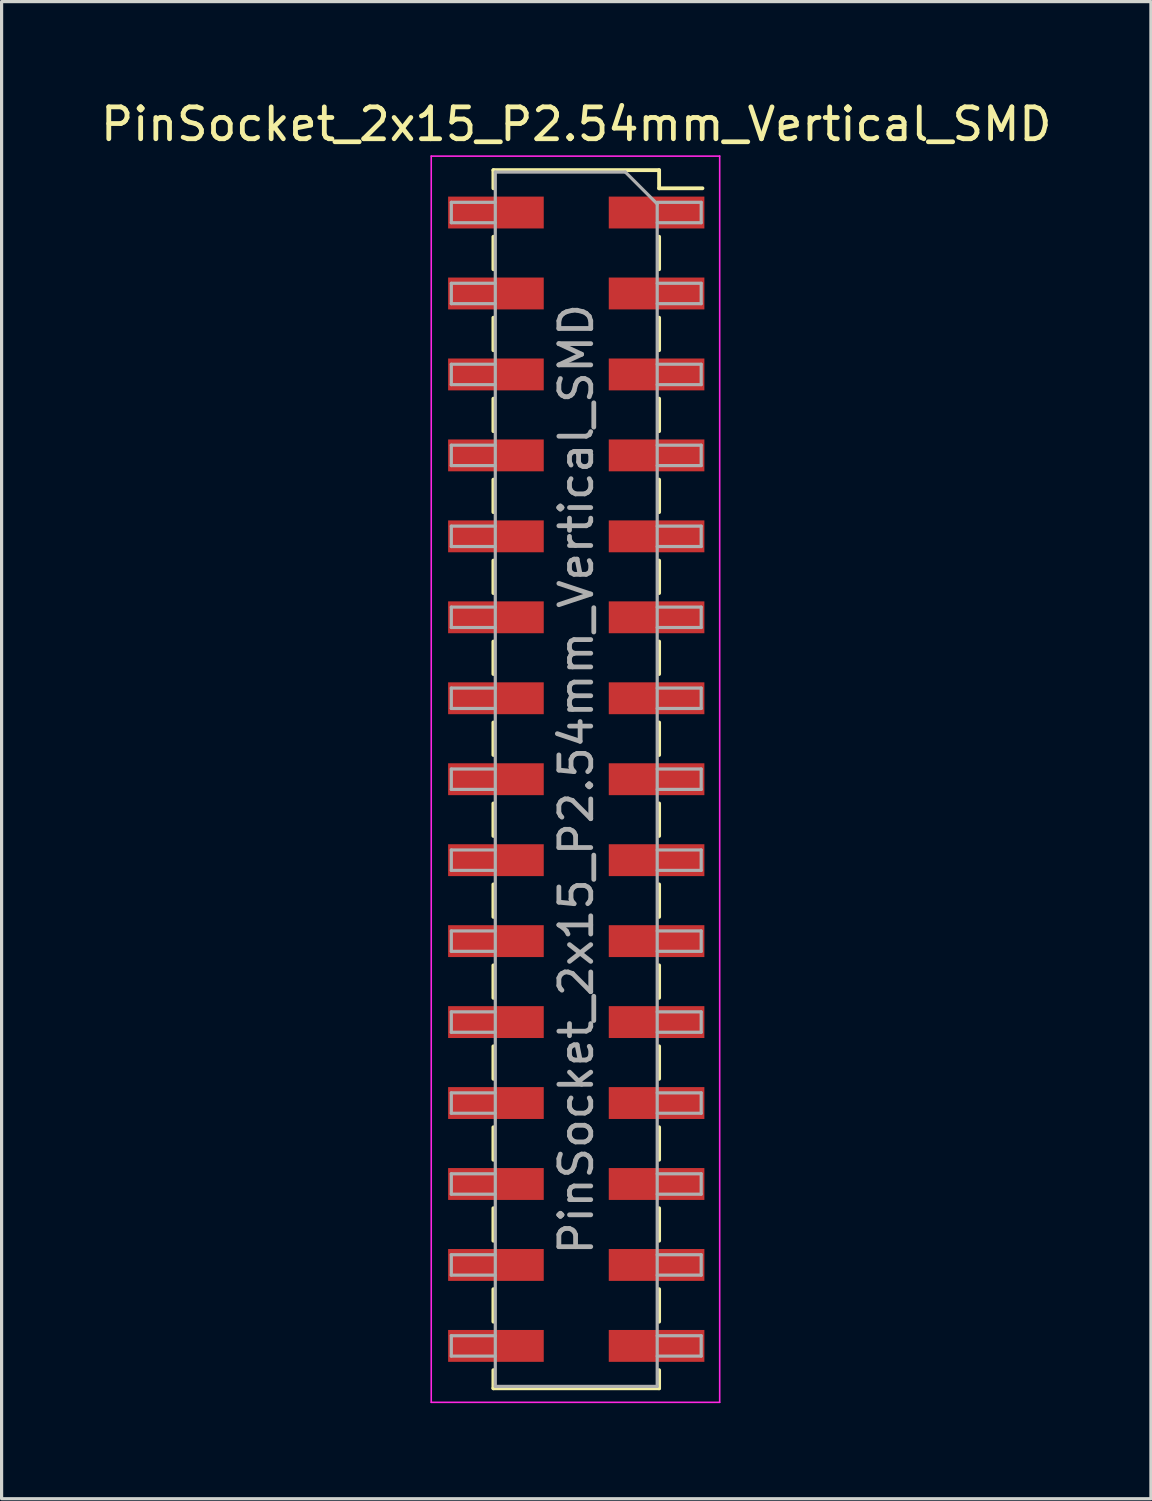
<source format=kicad_pcb>
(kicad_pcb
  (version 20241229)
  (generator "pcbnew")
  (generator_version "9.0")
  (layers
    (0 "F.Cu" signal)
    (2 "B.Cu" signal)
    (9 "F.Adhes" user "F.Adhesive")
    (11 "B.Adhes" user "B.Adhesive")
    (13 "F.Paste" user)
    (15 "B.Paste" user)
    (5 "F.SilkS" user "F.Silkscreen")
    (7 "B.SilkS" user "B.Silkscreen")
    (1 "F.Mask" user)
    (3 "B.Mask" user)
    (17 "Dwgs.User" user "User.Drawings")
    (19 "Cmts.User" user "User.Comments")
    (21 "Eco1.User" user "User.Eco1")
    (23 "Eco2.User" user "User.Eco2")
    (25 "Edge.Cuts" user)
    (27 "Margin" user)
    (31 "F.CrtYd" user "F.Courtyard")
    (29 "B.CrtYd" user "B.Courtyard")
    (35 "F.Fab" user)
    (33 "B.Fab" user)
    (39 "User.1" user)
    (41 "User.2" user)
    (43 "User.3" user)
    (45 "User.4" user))
  (footprint "PinSocket_2x15_P2.54mm_Vertical_SMD"
    (layer "F.Cu")
    (at 15.03 21.398)
    (property "Reference" "PinSocket_2x15_P2.54mm_Vertical_SMD" (at 0 -20.55 0) (layer "F.SilkS") (effects (font (size 1 1) (thickness 0.15))))
    (attr smd)
    (fp_line (start -2.6 -19.11) (end -2.6 -18.54) (stroke (width 0.12) (type solid)) (layer "F.SilkS"))
    (fp_line (start -2.6 -19.11) (end 2.6 -19.11) (stroke (width 0.12) (type solid)) (layer "F.SilkS"))
    (fp_line (start -2.6 -17.02) (end -2.6 -16) (stroke (width 0.12) (type solid)) (layer "F.SilkS"))
    (fp_line (start -2.6 -14.48) (end -2.6 -13.46) (stroke (width 0.12) (type solid)) (layer "F.SilkS"))
    (fp_line (start -2.6 -11.94) (end -2.6 -10.92) (stroke (width 0.12) (type solid)) (layer "F.SilkS"))
    (fp_line (start -2.6 -9.4) (end -2.6 -8.38) (stroke (width 0.12) (type solid)) (layer "F.SilkS"))
    (fp_line (start -2.6 -6.86) (end -2.6 -5.84) (stroke (width 0.12) (type solid)) (layer "F.SilkS"))
    (fp_line (start -2.6 -4.32) (end -2.6 -3.3) (stroke (width 0.12) (type solid)) (layer "F.SilkS"))
    (fp_line (start -2.6 -1.78) (end -2.6 -0.76) (stroke (width 0.12) (type solid)) (layer "F.SilkS"))
    (fp_line (start -2.6 0.76) (end -2.6 1.78) (stroke (width 0.12) (type solid)) (layer "F.SilkS"))
    (fp_line (start -2.6 3.3) (end -2.6 4.32) (stroke (width 0.12) (type solid)) (layer "F.SilkS"))
    (fp_line (start -2.6 5.84) (end -2.6 6.86) (stroke (width 0.12) (type solid)) (layer "F.SilkS"))
    (fp_line (start -2.6 8.38) (end -2.6 9.4) (stroke (width 0.12) (type solid)) (layer "F.SilkS"))
    (fp_line (start -2.6 10.92) (end -2.6 11.94) (stroke (width 0.12) (type solid)) (layer "F.SilkS"))
    (fp_line (start -2.6 13.46) (end -2.6 14.48) (stroke (width 0.12) (type solid)) (layer "F.SilkS"))
    (fp_line (start -2.6 16) (end -2.6 17.02) (stroke (width 0.12) (type solid)) (layer "F.SilkS"))
    (fp_line (start -2.6 18.54) (end -2.6 19.11) (stroke (width 0.12) (type solid)) (layer "F.SilkS"))
    (fp_line (start -2.6 19.11) (end 2.6 19.11) (stroke (width 0.12) (type solid)) (layer "F.SilkS"))
    (fp_line (start 2.6 -19.11) (end 2.6 -18.54) (stroke (width 0.12) (type solid)) (layer "F.SilkS"))
    (fp_line (start 2.6 -18.54) (end 3.96 -18.54) (stroke (width 0.12) (type solid)) (layer "F.SilkS"))
    (fp_line (start 2.6 -17.02) (end 2.6 -16) (stroke (width 0.12) (type solid)) (layer "F.SilkS"))
    (fp_line (start 2.6 -14.48) (end 2.6 -13.46) (stroke (width 0.12) (type solid)) (layer "F.SilkS"))
    (fp_line (start 2.6 -11.94) (end 2.6 -10.92) (stroke (width 0.12) (type solid)) (layer "F.SilkS"))
    (fp_line (start 2.6 -9.4) (end 2.6 -8.38) (stroke (width 0.12) (type solid)) (layer "F.SilkS"))
    (fp_line (start 2.6 -6.86) (end 2.6 -5.84) (stroke (width 0.12) (type solid)) (layer "F.SilkS"))
    (fp_line (start 2.6 -4.32) (end 2.6 -3.3) (stroke (width 0.12) (type solid)) (layer "F.SilkS"))
    (fp_line (start 2.6 -1.78) (end 2.6 -0.76) (stroke (width 0.12) (type solid)) (layer "F.SilkS"))
    (fp_line (start 2.6 0.76) (end 2.6 1.78) (stroke (width 0.12) (type solid)) (layer "F.SilkS"))
    (fp_line (start 2.6 3.3) (end 2.6 4.32) (stroke (width 0.12) (type solid)) (layer "F.SilkS"))
    (fp_line (start 2.6 5.84) (end 2.6 6.86) (stroke (width 0.12) (type solid)) (layer "F.SilkS"))
    (fp_line (start 2.6 8.38) (end 2.6 9.4) (stroke (width 0.12) (type solid)) (layer "F.SilkS"))
    (fp_line (start 2.6 10.92) (end 2.6 11.94) (stroke (width 0.12) (type solid)) (layer "F.SilkS"))
    (fp_line (start 2.6 13.46) (end 2.6 14.48) (stroke (width 0.12) (type solid)) (layer "F.SilkS"))
    (fp_line (start 2.6 16) (end 2.6 17.02) (stroke (width 0.12) (type solid)) (layer "F.SilkS"))
    (fp_line (start 2.6 18.54) (end 2.6 19.11) (stroke (width 0.12) (type solid)) (layer "F.SilkS"))
    (fp_line (start -4.55 -19.55) (end 4.5 -19.55) (stroke (width 0.05) (type solid)) (layer "F.CrtYd"))
    (fp_line (start -4.55 19.55) (end -4.55 -19.55) (stroke (width 0.05) (type solid)) (layer "F.CrtYd"))
    (fp_line (start 4.5 -19.55) (end 4.5 19.55) (stroke (width 0.05) (type solid)) (layer "F.CrtYd"))
    (fp_line (start 4.5 19.55) (end -4.55 19.55) (stroke (width 0.05) (type solid)) (layer "F.CrtYd"))
    (fp_line (start -3.92 -18.1) (end -2.54 -18.1) (stroke (width 0.1) (type solid)) (layer "F.Fab"))
    (fp_line (start -3.92 -17.46) (end -3.92 -18.1) (stroke (width 0.1) (type solid)) (layer "F.Fab"))
    (fp_line (start -3.92 -15.56) (end -2.54 -15.56) (stroke (width 0.1) (type solid)) (layer "F.Fab"))
    (fp_line (start -3.92 -14.92) (end -3.92 -15.56) (stroke (width 0.1) (type solid)) (layer "F.Fab"))
    (fp_line (start -3.92 -13.02) (end -2.54 -13.02) (stroke (width 0.1) (type solid)) (layer "F.Fab"))
    (fp_line (start -3.92 -12.38) (end -3.92 -13.02) (stroke (width 0.1) (type solid)) (layer "F.Fab"))
    (fp_line (start -3.92 -10.48) (end -2.54 -10.48) (stroke (width 0.1) (type solid)) (layer "F.Fab"))
    (fp_line (start -3.92 -9.84) (end -3.92 -10.48) (stroke (width 0.1) (type solid)) (layer "F.Fab"))
    (fp_line (start -3.92 -7.94) (end -2.54 -7.94) (stroke (width 0.1) (type solid)) (layer "F.Fab"))
    (fp_line (start -3.92 -7.3) (end -3.92 -7.94) (stroke (width 0.1) (type solid)) (layer "F.Fab"))
    (fp_line (start -3.92 -5.4) (end -2.54 -5.4) (stroke (width 0.1) (type solid)) (layer "F.Fab"))
    (fp_line (start -3.92 -4.76) (end -3.92 -5.4) (stroke (width 0.1) (type solid)) (layer "F.Fab"))
    (fp_line (start -3.92 -2.86) (end -2.54 -2.86) (stroke (width 0.1) (type solid)) (layer "F.Fab"))
    (fp_line (start -3.92 -2.22) (end -3.92 -2.86) (stroke (width 0.1) (type solid)) (layer "F.Fab"))
    (fp_line (start -3.92 -0.32) (end -2.54 -0.32) (stroke (width 0.1) (type solid)) (layer "F.Fab"))
    (fp_line (start -3.92 0.32) (end -3.92 -0.32) (stroke (width 0.1) (type solid)) (layer "F.Fab"))
    (fp_line (start -3.92 2.22) (end -2.54 2.22) (stroke (width 0.1) (type solid)) (layer "F.Fab"))
    (fp_line (start -3.92 2.86) (end -3.92 2.22) (stroke (width 0.1) (type solid)) (layer "F.Fab"))
    (fp_line (start -3.92 4.76) (end -2.54 4.76) (stroke (width 0.1) (type solid)) (layer "F.Fab"))
    (fp_line (start -3.92 5.4) (end -3.92 4.76) (stroke (width 0.1) (type solid)) (layer "F.Fab"))
    (fp_line (start -3.92 7.3) (end -2.54 7.3) (stroke (width 0.1) (type solid)) (layer "F.Fab"))
    (fp_line (start -3.92 7.94) (end -3.92 7.3) (stroke (width 0.1) (type solid)) (layer "F.Fab"))
    (fp_line (start -3.92 9.84) (end -2.54 9.84) (stroke (width 0.1) (type solid)) (layer "F.Fab"))
    (fp_line (start -3.92 10.48) (end -3.92 9.84) (stroke (width 0.1) (type solid)) (layer "F.Fab"))
    (fp_line (start -3.92 12.38) (end -2.54 12.38) (stroke (width 0.1) (type solid)) (layer "F.Fab"))
    (fp_line (start -3.92 13.02) (end -3.92 12.38) (stroke (width 0.1) (type solid)) (layer "F.Fab"))
    (fp_line (start -3.92 14.92) (end -2.54 14.92) (stroke (width 0.1) (type solid)) (layer "F.Fab"))
    (fp_line (start -3.92 15.56) (end -3.92 14.92) (stroke (width 0.1) (type solid)) (layer "F.Fab"))
    (fp_line (start -3.92 17.46) (end -2.54 17.46) (stroke (width 0.1) (type solid)) (layer "F.Fab"))
    (fp_line (start -3.92 18.1) (end -3.92 17.46) (stroke (width 0.1) (type solid)) (layer "F.Fab"))
    (fp_line (start -2.54 -19.05) (end 1.54 -19.05) (stroke (width 0.1) (type solid)) (layer "F.Fab"))
    (fp_line (start -2.54 -17.46) (end -3.92 -17.46) (stroke (width 0.1) (type solid)) (layer "F.Fab"))
    (fp_line (start -2.54 -14.92) (end -3.92 -14.92) (stroke (width 0.1) (type solid)) (layer "F.Fab"))
    (fp_line (start -2.54 -12.38) (end -3.92 -12.38) (stroke (width 0.1) (type solid)) (layer "F.Fab"))
    (fp_line (start -2.54 -9.84) (end -3.92 -9.84) (stroke (width 0.1) (type solid)) (layer "F.Fab"))
    (fp_line (start -2.54 -7.3) (end -3.92 -7.3) (stroke (width 0.1) (type solid)) (layer "F.Fab"))
    (fp_line (start -2.54 -4.76) (end -3.92 -4.76) (stroke (width 0.1) (type solid)) (layer "F.Fab"))
    (fp_line (start -2.54 -2.22) (end -3.92 -2.22) (stroke (width 0.1) (type solid)) (layer "F.Fab"))
    (fp_line (start -2.54 0.32) (end -3.92 0.32) (stroke (width 0.1) (type solid)) (layer "F.Fab"))
    (fp_line (start -2.54 2.86) (end -3.92 2.86) (stroke (width 0.1) (type solid)) (layer "F.Fab"))
    (fp_line (start -2.54 5.4) (end -3.92 5.4) (stroke (width 0.1) (type solid)) (layer "F.Fab"))
    (fp_line (start -2.54 7.94) (end -3.92 7.94) (stroke (width 0.1) (type solid)) (layer "F.Fab"))
    (fp_line (start -2.54 10.48) (end -3.92 10.48) (stroke (width 0.1) (type solid)) (layer "F.Fab"))
    (fp_line (start -2.54 13.02) (end -3.92 13.02) (stroke (width 0.1) (type solid)) (layer "F.Fab"))
    (fp_line (start -2.54 15.56) (end -3.92 15.56) (stroke (width 0.1) (type solid)) (layer "F.Fab"))
    (fp_line (start -2.54 18.1) (end -3.92 18.1) (stroke (width 0.1) (type solid)) (layer "F.Fab"))
    (fp_line (start -2.54 19.05) (end -2.54 -19.05) (stroke (width 0.1) (type solid)) (layer "F.Fab"))
    (fp_line (start 1.54 -19.05) (end 2.54 -18.05) (stroke (width 0.1) (type solid)) (layer "F.Fab"))
    (fp_line (start 2.54 -18.1) (end 3.92 -18.1) (stroke (width 0.1) (type solid)) (layer "F.Fab"))
    (fp_line (start 2.54 -18.05) (end 2.54 19.05) (stroke (width 0.1) (type solid)) (layer "F.Fab"))
    (fp_line (start 2.54 -15.56) (end 3.92 -15.56) (stroke (width 0.1) (type solid)) (layer "F.Fab"))
    (fp_line (start 2.54 -13.02) (end 3.92 -13.02) (stroke (width 0.1) (type solid)) (layer "F.Fab"))
    (fp_line (start 2.54 -10.48) (end 3.92 -10.48) (stroke (width 0.1) (type solid)) (layer "F.Fab"))
    (fp_line (start 2.54 -7.94) (end 3.92 -7.94) (stroke (width 0.1) (type solid)) (layer "F.Fab"))
    (fp_line (start 2.54 -5.4) (end 3.92 -5.4) (stroke (width 0.1) (type solid)) (layer "F.Fab"))
    (fp_line (start 2.54 -2.86) (end 3.92 -2.86) (stroke (width 0.1) (type solid)) (layer "F.Fab"))
    (fp_line (start 2.54 -0.32) (end 3.92 -0.32) (stroke (width 0.1) (type solid)) (layer "F.Fab"))
    (fp_line (start 2.54 2.22) (end 3.92 2.22) (stroke (width 0.1) (type solid)) (layer "F.Fab"))
    (fp_line (start 2.54 4.76) (end 3.92 4.76) (stroke (width 0.1) (type solid)) (layer "F.Fab"))
    (fp_line (start 2.54 7.3) (end 3.92 7.3) (stroke (width 0.1) (type solid)) (layer "F.Fab"))
    (fp_line (start 2.54 9.84) (end 3.92 9.84) (stroke (width 0.1) (type solid)) (layer "F.Fab"))
    (fp_line (start 2.54 12.38) (end 3.92 12.38) (stroke (width 0.1) (type solid)) (layer "F.Fab"))
    (fp_line (start 2.54 14.92) (end 3.92 14.92) (stroke (width 0.1) (type solid)) (layer "F.Fab"))
    (fp_line (start 2.54 17.46) (end 3.92 17.46) (stroke (width 0.1) (type solid)) (layer "F.Fab"))
    (fp_line (start 2.54 19.05) (end -2.54 19.05) (stroke (width 0.1) (type solid)) (layer "F.Fab"))
    (fp_line (start 3.92 -18.1) (end 3.92 -17.46) (stroke (width 0.1) (type solid)) (layer "F.Fab"))
    (fp_line (start 3.92 -17.46) (end 2.54 -17.46) (stroke (width 0.1) (type solid)) (layer "F.Fab"))
    (fp_line (start 3.92 -15.56) (end 3.92 -14.92) (stroke (width 0.1) (type solid)) (layer "F.Fab"))
    (fp_line (start 3.92 -14.92) (end 2.54 -14.92) (stroke (width 0.1) (type solid)) (layer "F.Fab"))
    (fp_line (start 3.92 -13.02) (end 3.92 -12.38) (stroke (width 0.1) (type solid)) (layer "F.Fab"))
    (fp_line (start 3.92 -12.38) (end 2.54 -12.38) (stroke (width 0.1) (type solid)) (layer "F.Fab"))
    (fp_line (start 3.92 -10.48) (end 3.92 -9.84) (stroke (width 0.1) (type solid)) (layer "F.Fab"))
    (fp_line (start 3.92 -9.84) (end 2.54 -9.84) (stroke (width 0.1) (type solid)) (layer "F.Fab"))
    (fp_line (start 3.92 -7.94) (end 3.92 -7.3) (stroke (width 0.1) (type solid)) (layer "F.Fab"))
    (fp_line (start 3.92 -7.3) (end 2.54 -7.3) (stroke (width 0.1) (type solid)) (layer "F.Fab"))
    (fp_line (start 3.92 -5.4) (end 3.92 -4.76) (stroke (width 0.1) (type solid)) (layer "F.Fab"))
    (fp_line (start 3.92 -4.76) (end 2.54 -4.76) (stroke (width 0.1) (type solid)) (layer "F.Fab"))
    (fp_line (start 3.92 -2.86) (end 3.92 -2.22) (stroke (width 0.1) (type solid)) (layer "F.Fab"))
    (fp_line (start 3.92 -2.22) (end 2.54 -2.22) (stroke (width 0.1) (type solid)) (layer "F.Fab"))
    (fp_line (start 3.92 -0.32) (end 3.92 0.32) (stroke (width 0.1) (type solid)) (layer "F.Fab"))
    (fp_line (start 3.92 0.32) (end 2.54 0.32) (stroke (width 0.1) (type solid)) (layer "F.Fab"))
    (fp_line (start 3.92 2.22) (end 3.92 2.86) (stroke (width 0.1) (type solid)) (layer "F.Fab"))
    (fp_line (start 3.92 2.86) (end 2.54 2.86) (stroke (width 0.1) (type solid)) (layer "F.Fab"))
    (fp_line (start 3.92 4.76) (end 3.92 5.4) (stroke (width 0.1) (type solid)) (layer "F.Fab"))
    (fp_line (start 3.92 5.4) (end 2.54 5.4) (stroke (width 0.1) (type solid)) (layer "F.Fab"))
    (fp_line (start 3.92 7.3) (end 3.92 7.94) (stroke (width 0.1) (type solid)) (layer "F.Fab"))
    (fp_line (start 3.92 7.94) (end 2.54 7.94) (stroke (width 0.1) (type solid)) (layer "F.Fab"))
    (fp_line (start 3.92 9.84) (end 3.92 10.48) (stroke (width 0.1) (type solid)) (layer "F.Fab"))
    (fp_line (start 3.92 10.48) (end 2.54 10.48) (stroke (width 0.1) (type solid)) (layer "F.Fab"))
    (fp_line (start 3.92 12.38) (end 3.92 13.02) (stroke (width 0.1) (type solid)) (layer "F.Fab"))
    (fp_line (start 3.92 13.02) (end 2.54 13.02) (stroke (width 0.1) (type solid)) (layer "F.Fab"))
    (fp_line (start 3.92 14.92) (end 3.92 15.56) (stroke (width 0.1) (type solid)) (layer "F.Fab"))
    (fp_line (start 3.92 15.56) (end 2.54 15.56) (stroke (width 0.1) (type solid)) (layer "F.Fab"))
    (fp_line (start 3.92 17.46) (end 3.92 18.1) (stroke (width 0.1) (type solid)) (layer "F.Fab"))
    (fp_line (start 3.92 18.1) (end 2.54 18.1) (stroke (width 0.1) (type solid)) (layer "F.Fab"))
    (fp_text user "${REFERENCE}" (at 0 0 270) (layer "F.Fab") (effects (font (size 1 1) (thickness 0.15))))
    (pad "1" smd rect (at 2.52 -17.78) (size 3 1) (layers "F.Cu" "F.Mask" "F.Paste"))
    (pad "2" smd rect (at -2.52 -17.78) (size 3 1) (layers "F.Cu" "F.Mask" "F.Paste"))
    (pad "3" smd rect (at 2.52 -15.24) (size 3 1) (layers "F.Cu" "F.Mask" "F.Paste"))
    (pad "4" smd rect (at -2.52 -15.24) (size 3 1) (layers "F.Cu" "F.Mask" "F.Paste"))
    (pad "5" smd rect (at 2.52 -12.7) (size 3 1) (layers "F.Cu" "F.Mask" "F.Paste"))
    (pad "6" smd rect (at -2.52 -12.7) (size 3 1) (layers "F.Cu" "F.Mask" "F.Paste"))
    (pad "7" smd rect (at 2.52 -10.16) (size 3 1) (layers "F.Cu" "F.Mask" "F.Paste"))
    (pad "8" smd rect (at -2.52 -10.16) (size 3 1) (layers "F.Cu" "F.Mask" "F.Paste"))
    (pad "9" smd rect (at 2.52 -7.62) (size 3 1) (layers "F.Cu" "F.Mask" "F.Paste"))
    (pad "10" smd rect (at -2.52 -7.62) (size 3 1) (layers "F.Cu" "F.Mask" "F.Paste"))
    (pad "11" smd rect (at 2.52 -5.08) (size 3 1) (layers "F.Cu" "F.Mask" "F.Paste"))
    (pad "12" smd rect (at -2.52 -5.08) (size 3 1) (layers "F.Cu" "F.Mask" "F.Paste"))
    (pad "13" smd rect (at 2.52 -2.54) (size 3 1) (layers "F.Cu" "F.Mask" "F.Paste"))
    (pad "14" smd rect (at -2.52 -2.54) (size 3 1) (layers "F.Cu" "F.Mask" "F.Paste"))
    (pad "15" smd rect (at 2.52 0) (size 3 1) (layers "F.Cu" "F.Mask" "F.Paste"))
    (pad "16" smd rect (at -2.52 0) (size 3 1) (layers "F.Cu" "F.Mask" "F.Paste"))
    (pad "17" smd rect (at 2.52 2.54) (size 3 1) (layers "F.Cu" "F.Mask" "F.Paste"))
    (pad "18" smd rect (at -2.52 2.54) (size 3 1) (layers "F.Cu" "F.Mask" "F.Paste"))
    (pad "19" smd rect (at 2.52 5.08) (size 3 1) (layers "F.Cu" "F.Mask" "F.Paste"))
    (pad "20" smd rect (at -2.52 5.08) (size 3 1) (layers "F.Cu" "F.Mask" "F.Paste"))
    (pad "21" smd rect (at 2.52 7.62) (size 3 1) (layers "F.Cu" "F.Mask" "F.Paste"))
    (pad "22" smd rect (at -2.52 7.62) (size 3 1) (layers "F.Cu" "F.Mask" "F.Paste"))
    (pad "23" smd rect (at 2.52 10.16) (size 3 1) (layers "F.Cu" "F.Mask" "F.Paste"))
    (pad "24" smd rect (at -2.52 10.16) (size 3 1) (layers "F.Cu" "F.Mask" "F.Paste"))
    (pad "25" smd rect (at 2.52 12.7) (size 3 1) (layers "F.Cu" "F.Mask" "F.Paste"))
    (pad "26" smd rect (at -2.52 12.7) (size 3 1) (layers "F.Cu" "F.Mask" "F.Paste"))
    (pad "27" smd rect (at 2.52 15.24) (size 3 1) (layers "F.Cu" "F.Mask" "F.Paste"))
    (pad "28" smd rect (at -2.52 15.24) (size 3 1) (layers "F.Cu" "F.Mask" "F.Paste"))
    (pad "29" smd rect (at 2.52 17.78) (size 3 1) (layers "F.Cu" "F.Mask" "F.Paste"))
    (pad "30" smd rect (at -2.52 17.78) (size 3 1) (layers "F.Cu" "F.Mask" "F.Paste")))
  (gr_rect
    (start -3 -3)
    (end 33.06 43.973)
    (stroke (width 0.1) (type default))
    (fill no)
    (layer "Edge.Cuts")))
</source>
